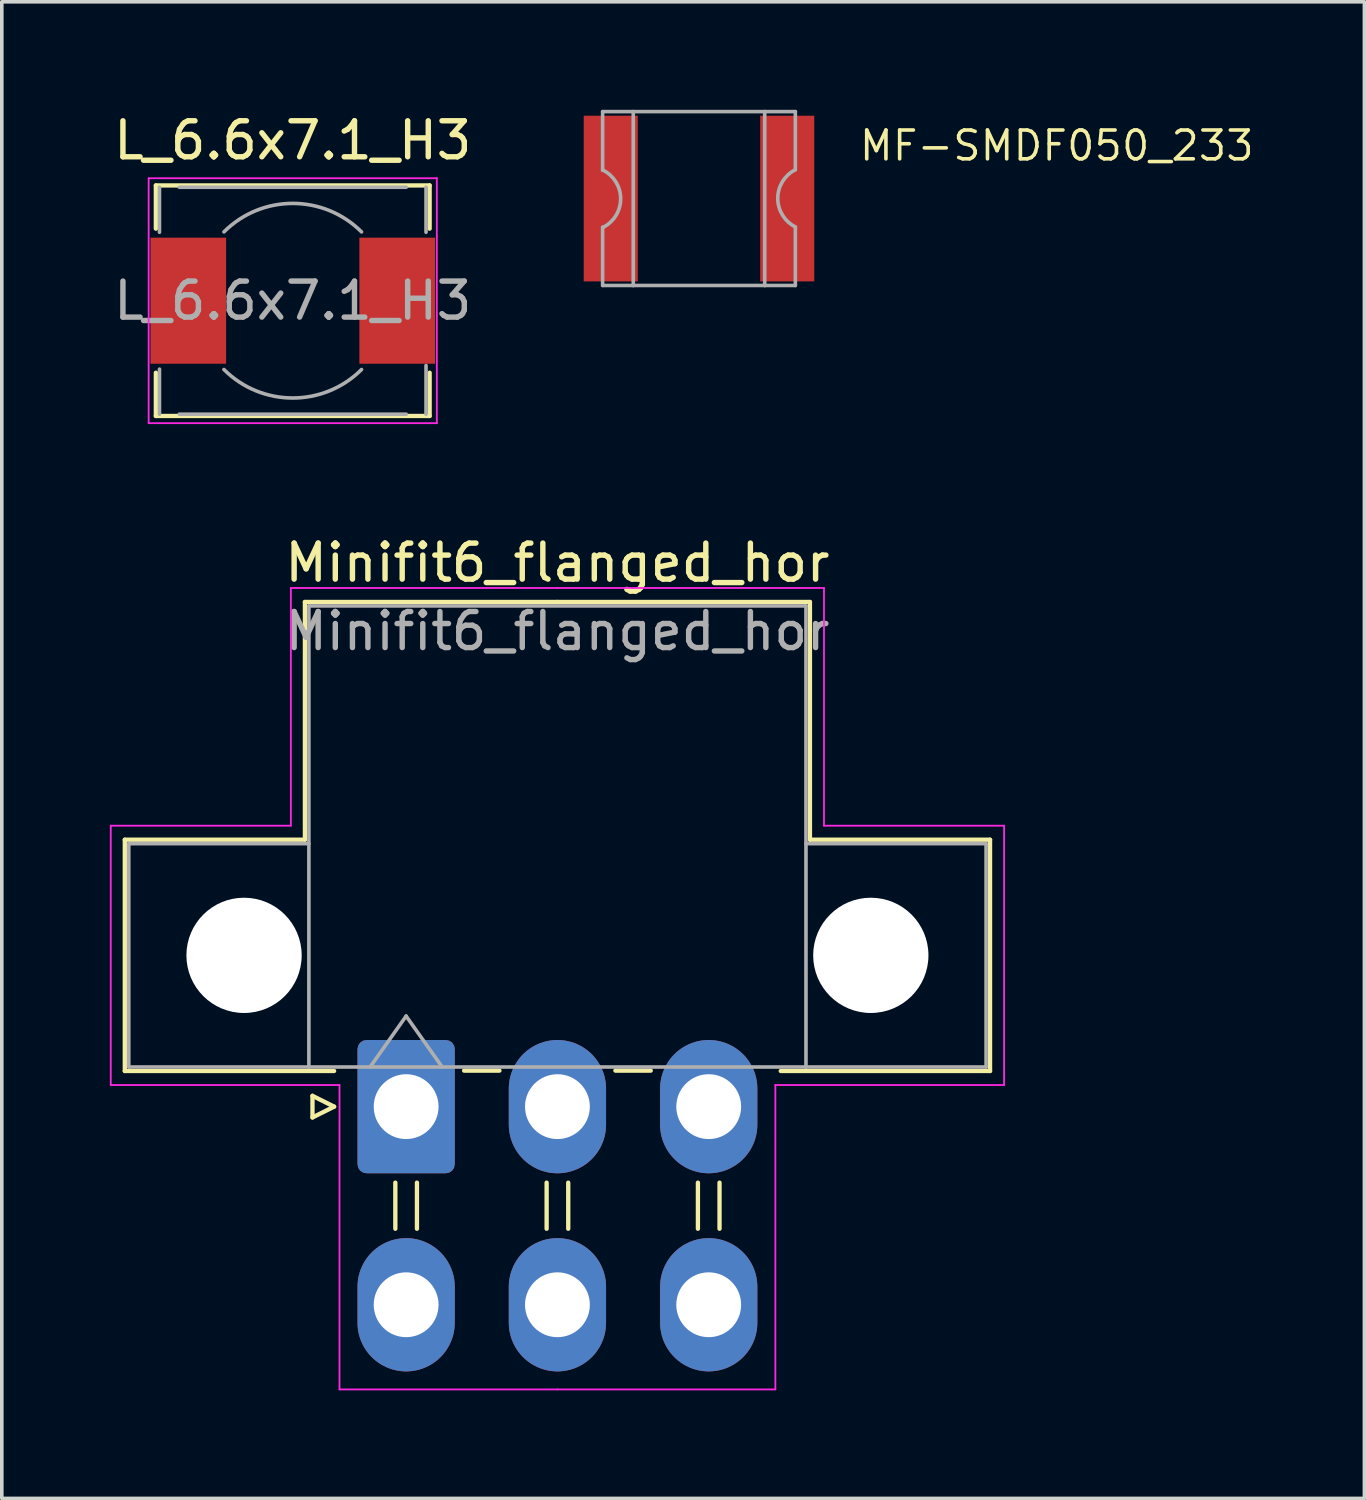
<source format=kicad_pcb>
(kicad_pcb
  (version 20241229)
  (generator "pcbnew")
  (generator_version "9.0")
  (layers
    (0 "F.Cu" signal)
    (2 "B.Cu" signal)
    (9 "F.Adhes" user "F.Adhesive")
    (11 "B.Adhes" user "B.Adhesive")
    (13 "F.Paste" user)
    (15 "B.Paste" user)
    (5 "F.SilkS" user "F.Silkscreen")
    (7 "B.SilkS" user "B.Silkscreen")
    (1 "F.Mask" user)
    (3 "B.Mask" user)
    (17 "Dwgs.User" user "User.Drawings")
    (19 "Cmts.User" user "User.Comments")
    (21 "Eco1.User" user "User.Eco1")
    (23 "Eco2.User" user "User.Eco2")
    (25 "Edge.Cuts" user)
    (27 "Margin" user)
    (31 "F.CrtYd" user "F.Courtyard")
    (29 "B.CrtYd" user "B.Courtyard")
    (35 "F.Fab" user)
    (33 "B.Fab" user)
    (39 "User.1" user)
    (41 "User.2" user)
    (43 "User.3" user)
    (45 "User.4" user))
  (footprint "Minifit6_flanged_hor"
    (layer "F.Cu")
    (at 8.225 27.672)
    (property "Reference" "Minifit6_flanged_hor" (at 4.2 -15.1 0) (layer "F.SilkS") (effects (font (size 1 1) (thickness 0.15))))
    (attr through_hole)
    (fp_line (start -7.81 -7.41) (end -7.81 -0.99) (stroke (width 0.12) (type solid)) (layer "F.SilkS"))
    (fp_line (start -7.81 -0.99) (end -2 -0.99) (stroke (width 0.12) (type solid)) (layer "F.SilkS"))
    (fp_line (start -2.81 -14.01) (end -2.81 -7.41) (stroke (width 0.12) (type solid)) (layer "F.SilkS"))
    (fp_line (start -2.81 -7.41) (end -7.81 -7.41) (stroke (width 0.12) (type solid)) (layer "F.SilkS"))
    (fp_line (start -2.6 -0.3) (end -2 0) (stroke (width 0.12) (type solid)) (layer "F.SilkS"))
    (fp_line (start -2.6 0.3) (end -2.6 -0.3) (stroke (width 0.12) (type solid)) (layer "F.SilkS"))
    (fp_line (start -2 0) (end -2.6 0.3) (stroke (width 0.12) (type solid)) (layer "F.SilkS"))
    (fp_line (start -0.3 2.11) (end -0.3 3.39) (stroke (width 0.12) (type solid)) (layer "F.SilkS"))
    (fp_line (start 0.3 2.11) (end 0.3 3.39) (stroke (width 0.12) (type solid)) (layer "F.SilkS"))
    (fp_line (start 1.61 -1) (end 2.59 -1) (stroke (width 0.12) (type solid)) (layer "F.SilkS"))
    (fp_line (start 3.9 2.11) (end 3.9 3.39) (stroke (width 0.12) (type solid)) (layer "F.SilkS"))
    (fp_line (start 4.2 -14.01) (end -2.81 -14.01) (stroke (width 0.12) (type solid)) (layer "F.SilkS"))
    (fp_line (start 4.2 -14.01) (end 11.21 -14.01) (stroke (width 0.12) (type solid)) (layer "F.SilkS"))
    (fp_line (start 4.5 2.11) (end 4.5 3.39) (stroke (width 0.12) (type solid)) (layer "F.SilkS"))
    (fp_line (start 5.81 -1) (end 6.79 -1) (stroke (width 0.12) (type solid)) (layer "F.SilkS"))
    (fp_line (start 8.1 2.11) (end 8.1 3.39) (stroke (width 0.12) (type solid)) (layer "F.SilkS"))
    (fp_line (start 8.7 2.11) (end 8.7 3.39) (stroke (width 0.12) (type solid)) (layer "F.SilkS"))
    (fp_line (start 11.21 -14.01) (end 11.21 -7.41) (stroke (width 0.12) (type solid)) (layer "F.SilkS"))
    (fp_line (start 11.21 -7.41) (end 16.21 -7.41) (stroke (width 0.12) (type solid)) (layer "F.SilkS"))
    (fp_line (start 16.21 -7.41) (end 16.21 -0.99) (stroke (width 0.12) (type solid)) (layer "F.SilkS"))
    (fp_line (start 16.21 -0.99) (end 10.4 -0.99) (stroke (width 0.12) (type solid)) (layer "F.SilkS"))
    (fp_line (start -8.2 -7.8) (end -8.2 -0.6) (stroke (width 0.05) (type solid)) (layer "F.CrtYd"))
    (fp_line (start -8.2 -0.6) (end -1.85 -0.6) (stroke (width 0.05) (type solid)) (layer "F.CrtYd"))
    (fp_line (start -3.2 -14.4) (end -3.2 -7.8) (stroke (width 0.05) (type solid)) (layer "F.CrtYd"))
    (fp_line (start -3.2 -7.8) (end -8.2 -7.8) (stroke (width 0.05) (type solid)) (layer "F.CrtYd"))
    (fp_line (start -1.85 -0.6) (end -1.85 7.85) (stroke (width 0.05) (type solid)) (layer "F.CrtYd"))
    (fp_line (start -1.85 7.85) (end 4.2 7.85) (stroke (width 0.05) (type solid)) (layer "F.CrtYd"))
    (fp_line (start 4.2 -14.4) (end -3.2 -14.4) (stroke (width 0.05) (type solid)) (layer "F.CrtYd"))
    (fp_line (start 4.2 -14.4) (end 11.6 -14.4) (stroke (width 0.05) (type solid)) (layer "F.CrtYd"))
    (fp_line (start 10.25 -0.6) (end 10.25 7.85) (stroke (width 0.05) (type solid)) (layer "F.CrtYd"))
    (fp_line (start 10.25 7.85) (end 4.2 7.85) (stroke (width 0.05) (type solid)) (layer "F.CrtYd"))
    (fp_line (start 11.6 -14.4) (end 11.6 -7.8) (stroke (width 0.05) (type solid)) (layer "F.CrtYd"))
    (fp_line (start 11.6 -7.8) (end 16.6 -7.8) (stroke (width 0.05) (type solid)) (layer "F.CrtYd"))
    (fp_line (start 16.6 -7.8) (end 16.6 -0.6) (stroke (width 0.05) (type solid)) (layer "F.CrtYd"))
    (fp_line (start 16.6 -0.6) (end 10.25 -0.6) (stroke (width 0.05) (type solid)) (layer "F.CrtYd"))
    (fp_line (start -7.7 -7.3) (end -7.7 -1.1) (stroke (width 0.1) (type solid)) (layer "F.Fab"))
    (fp_line (start -7.7 -1.1) (end -2.7 -1.1) (stroke (width 0.1) (type solid)) (layer "F.Fab"))
    (fp_line (start -2.7 -13.9) (end -2.7 -1.1) (stroke (width 0.1) (type solid)) (layer "F.Fab"))
    (fp_line (start -2.7 -7.3) (end -7.7 -7.3) (stroke (width 0.1) (type solid)) (layer "F.Fab"))
    (fp_line (start -2.7 -1.1) (end 11.1 -1.1) (stroke (width 0.1) (type solid)) (layer "F.Fab"))
    (fp_line (start -1 -1.1) (end 0 -2.514) (stroke (width 0.1) (type solid)) (layer "F.Fab"))
    (fp_line (start 0 -2.514) (end 1 -1.1) (stroke (width 0.1) (type solid)) (layer "F.Fab"))
    (fp_line (start 11.1 -13.9) (end -2.7 -13.9) (stroke (width 0.1) (type solid)) (layer "F.Fab"))
    (fp_line (start 11.1 -7.3) (end 16.1 -7.3) (stroke (width 0.1) (type solid)) (layer "F.Fab"))
    (fp_line (start 11.1 -1.1) (end 11.1 -13.9) (stroke (width 0.1) (type solid)) (layer "F.Fab"))
    (fp_line (start 16.1 -7.3) (end 16.1 -1.1) (stroke (width 0.1) (type solid)) (layer "F.Fab"))
    (fp_line (start 16.1 -1.1) (end 11.1 -1.1) (stroke (width 0.1) (type solid)) (layer "F.Fab"))
    (fp_text user "${REFERENCE}" (at 4.2 -13.2 0) (layer "F.Fab") (effects (font (size 1 1) (thickness 0.15))))
    (pad "" np_thru_hole circle (at -4.5 -4.2) (size 3.2 3.2) (drill 3.2) (layers "*.Cu" "*.Mask"))
    (pad "" np_thru_hole circle (at 12.9 -4.2) (size 3.2 3.2) (drill 3.2) (layers "*.Cu" "*.Mask"))
    (pad "1" thru_hole roundrect (at 0 0) (size 2.7 3.7) (drill 1.8) (layers "*.Cu" "*.Mask") (roundrect_rratio 0.093))
    (pad "2" thru_hole oval (at 4.2 0) (size 2.7 3.7) (drill 1.8) (layers "*.Cu" "*.Mask"))
    (pad "3" thru_hole oval (at 8.4 0) (size 2.7 3.7) (drill 1.8) (layers "*.Cu" "*.Mask"))
    (pad "4" thru_hole oval (at 0 5.5) (size 2.7 3.7) (drill 1.8) (layers "*.Cu" "*.Mask"))
    (pad "5" thru_hole oval (at 4.2 5.5) (size 2.7 3.7) (drill 1.8) (layers "*.Cu" "*.Mask"))
    (pad "6" thru_hole oval (at 8.4 5.5) (size 2.7 3.7) (drill 1.8) (layers "*.Cu" "*.Mask")))
  (footprint "MF-SMDF050_233"
    (layer "F.Cu")
    (at 16.355 2.462)
    (property "Reference" "MF-SMDF050_233" (at 4.4 -1 0) (unlocked yes) (layer "F.SilkS") (effects (font (size 0.8 0.8) (thickness 0.1)) (justify left bottom)))
    (fp_line (start -2.675 -2.413) (end -1.825 -2.413) (stroke (width 0.1) (type solid)) (layer "F.Fab"))
    (fp_line (start -2.675 -0.787) (end -2.675 -2.413) (stroke (width 0.1) (type solid)) (layer "F.Fab"))
    (fp_line (start -2.675 0.8) (end -2.663 0.8) (stroke (width 0.1) (type solid)) (layer "F.Fab"))
    (fp_line (start -2.675 2.413) (end -2.675 0.8) (stroke (width 0.1) (type solid)) (layer "F.Fab"))
    (fp_line (start -2.663 -0.787) (end -2.675 -0.787) (stroke (width 0.1) (type solid)) (layer "F.Fab"))
    (fp_line (start -1.825 -2.413) (end 1.825 -2.413) (stroke (width 0.1) (type solid)) (layer "F.Fab"))
    (fp_line (start -1.825 2.413) (end -2.675 2.413) (stroke (width 0.1) (type solid)) (layer "F.Fab"))
    (fp_line (start -1.825 2.413) (end -1.825 -2.413) (stroke (width 0.1) (type solid)) (layer "F.Fab"))
    (fp_line (start 1.825 -2.413) (end 1.825 2.413) (stroke (width 0.1) (type solid)) (layer "F.Fab"))
    (fp_line (start 1.825 -2.413) (end 2.675 -2.413) (stroke (width 0.1) (type solid)) (layer "F.Fab"))
    (fp_line (start 1.825 2.413) (end -1.825 2.413) (stroke (width 0.1) (type solid)) (layer "F.Fab"))
    (fp_line (start 2.675 -2.413) (end 2.675 -0.8) (stroke (width 0.1) (type solid)) (layer "F.Fab"))
    (fp_line (start 2.675 0.787) (end 2.675 2.413) (stroke (width 0.1) (type solid)) (layer "F.Fab"))
    (fp_line (start 2.675 2.413) (end 1.825 2.413) (stroke (width 0.1) (type solid)) (layer "F.Fab"))
    (fp_arc (start -2.662499 -0.787499) (mid -2.174452 0.006251) (end -2.6625 0.8) (stroke (width 0.1) (type solid)) (layer "F.Fab"))
    (fp_arc (start 2.674999 0.787499) (mid 2.186952 -0.006251) (end 2.675 -0.8) (stroke (width 0.1) (type solid)) (layer "F.Fab"))
    (pad "1" smd rect (at -2.45 0) (size 1.5 4.6) (layers "F.Cu" "F.Mask" "F.Paste"))
    (pad "2" smd rect (at 2.45 0) (size 1.5 4.6) (layers "F.Cu" "F.Mask" "F.Paste")))
  (footprint "L_6.6x7.1_H3"
    (layer "F.Cu")
    (at 5.077 5.298)
    (property "Reference" "L_6.6x7.1_H3" (at 0 -4.45 0) (layer "F.SilkS") (effects (font (size 1 1) (thickness 0.15))))
    (attr smd)
    (fp_line (start -3.8 -3.2) (end 3.8 -3.2) (stroke (width 0.12) (type solid)) (layer "F.SilkS"))
    (fp_line (start -3.8 -2) (end -3.8 -3.2) (stroke (width 0.12) (type solid)) (layer "F.SilkS"))
    (fp_line (start -3.8 3.2) (end -3.8 2) (stroke (width 0.12) (type solid)) (layer "F.SilkS"))
    (fp_line (start 3.8 -3.2) (end 3.8 -2) (stroke (width 0.12) (type solid)) (layer "F.SilkS"))
    (fp_line (start 3.8 2) (end 3.8 3.2) (stroke (width 0.12) (type solid)) (layer "F.SilkS"))
    (fp_line (start 3.8 3.2) (end -3.8 3.2) (stroke (width 0.12) (type solid)) (layer "F.SilkS"))
    (fp_line (start -4 -3.4) (end -4 3.4) (stroke (width 0.05) (type solid)) (layer "F.CrtYd"))
    (fp_line (start -4 3.4) (end 4 3.4) (stroke (width 0.05) (type solid)) (layer "F.CrtYd"))
    (fp_line (start 4 -3.4) (end -4 -3.4) (stroke (width 0.05) (type solid)) (layer "F.CrtYd"))
    (fp_line (start 4 3.4) (end 4 -3.4) (stroke (width 0.05) (type solid)) (layer "F.CrtYd"))
    (fp_line (start -3.7 -3.15) (end -3.7 -1.9) (stroke (width 0.1) (type solid)) (layer "F.Fab"))
    (fp_line (start -3.7 3.15) (end -3.7 1.9) (stroke (width 0.1) (type solid)) (layer "F.Fab"))
    (fp_line (start -3.15 -3.15) (end 3.15 -3.15) (stroke (width 0.1) (type solid)) (layer "F.Fab"))
    (fp_line (start -3.15 3.15) (end 3.15 3.15) (stroke (width 0.1) (type solid)) (layer "F.Fab"))
    (fp_line (start 3.7 -3.15) (end 3.7 -1.9) (stroke (width 0.1) (type solid)) (layer "F.Fab"))
    (fp_line (start 3.7 3.15) (end 3.7 1.8) (stroke (width 0.1) (type solid)) (layer "F.Fab"))
    (fp_arc (start -1.91 -1.91) (mid 0 -2.701148) (end 1.91 -1.91) (stroke (width 0.1) (type solid)) (layer "F.Fab"))
    (fp_arc (start 1.91 1.91) (mid 0 2.701148) (end -1.91 1.91) (stroke (width 0.1) (type solid)) (layer "F.Fab"))
    (fp_text user "${REFERENCE}" (at 0 0 0) (layer "F.Fab") (effects (font (size 1 1) (thickness 0.15))))
    (pad "1" smd rect (at -2.9 0) (size 2.1 3.5) (layers "F.Cu" "F.Mask" "F.Paste"))
    (pad "2" smd rect (at 2.9 0) (size 2.1 3.5) (layers "F.Cu" "F.Mask" "F.Paste")))
  (gr_rect
    (start -3 -3)
    (end 34.828 38.547)
    (stroke (width 0.1) (type default))
    (fill no)
    (layer "Edge.Cuts")))
</source>
